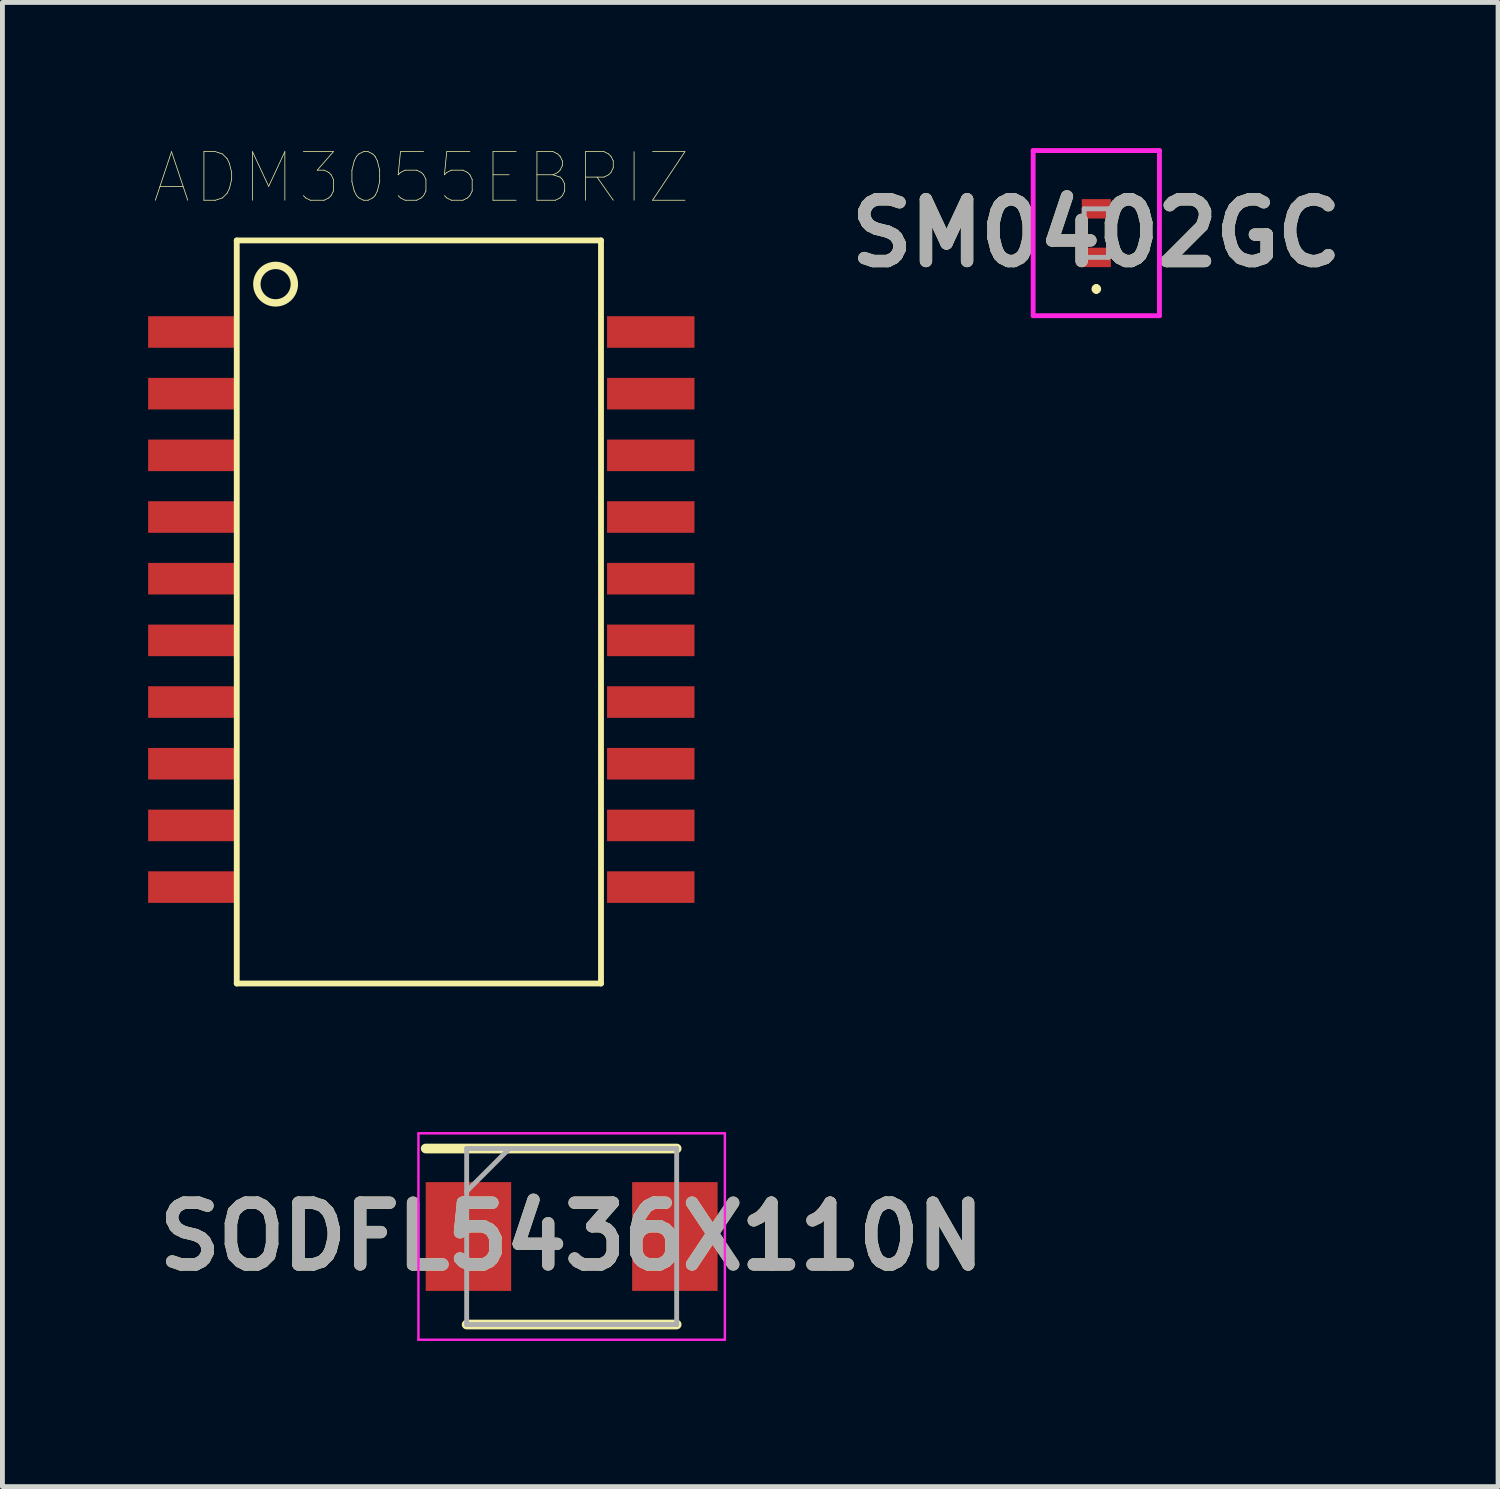
<source format=kicad_pcb>
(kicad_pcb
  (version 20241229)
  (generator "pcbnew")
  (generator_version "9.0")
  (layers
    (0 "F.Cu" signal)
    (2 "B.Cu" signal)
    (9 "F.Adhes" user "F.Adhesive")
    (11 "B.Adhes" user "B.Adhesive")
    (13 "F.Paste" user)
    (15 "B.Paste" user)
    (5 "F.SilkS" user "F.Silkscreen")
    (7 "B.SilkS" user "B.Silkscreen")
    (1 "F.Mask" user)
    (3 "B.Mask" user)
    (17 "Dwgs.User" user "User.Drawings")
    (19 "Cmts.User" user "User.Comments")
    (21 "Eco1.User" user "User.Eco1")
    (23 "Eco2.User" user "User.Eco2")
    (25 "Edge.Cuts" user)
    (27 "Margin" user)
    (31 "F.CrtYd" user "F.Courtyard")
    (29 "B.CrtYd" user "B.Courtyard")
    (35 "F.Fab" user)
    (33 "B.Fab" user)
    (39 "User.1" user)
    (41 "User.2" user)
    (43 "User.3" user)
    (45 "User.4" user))
  (footprint "ADM3055EBRIZ"
    (layer "F.Cu")
    (at 5.625 9.501)
    (property "Reference" "ADM3055EBRIZ" (at 0 -8.89 0) (layer "F.SilkS") (effects (font (size 1 1) (thickness 0.015))))
    (attr through_hole)
    (fp_line (start -3.8 -7.6) (end 3.7 -7.6) (stroke (width 0.12) (type solid)) (layer "F.SilkS"))
    (fp_line (start -3.8 7.7) (end -3.8 -7.6) (stroke (width 0.12) (type solid)) (layer "F.SilkS"))
    (fp_line (start -3.8 7.7) (end 3.7 7.7) (stroke (width 0.12) (type solid)) (layer "F.SilkS"))
    (fp_line (start 3.7 -7.6) (end 3.7 7.7) (stroke (width 0.12) (type solid)) (layer "F.SilkS"))
    (fp_circle (center -3 -6.7) (end -2.614 -6.7) (stroke (width 0.152) (type solid)) (fill no) (layer "F.SilkS"))
    (pad "1" smd rect (at -4.725 -5.715) (size 1.8 0.65) (layers "F.Cu" "F.Mask" "F.Paste"))
    (pad "2" smd rect (at -4.725 -4.445) (size 1.8 0.65) (layers "F.Cu" "F.Mask" "F.Paste"))
    (pad "3" smd rect (at -4.725 -3.175) (size 1.8 0.65) (layers "F.Cu" "F.Mask" "F.Paste"))
    (pad "4" smd rect (at -4.725 -1.905) (size 1.8 0.65) (layers "F.Cu" "F.Mask" "F.Paste"))
    (pad "5" smd rect (at -4.725 -0.635) (size 1.8 0.65) (layers "F.Cu" "F.Mask" "F.Paste"))
    (pad "6" smd rect (at -4.725 0.635) (size 1.8 0.65) (layers "F.Cu" "F.Mask" "F.Paste"))
    (pad "7" smd rect (at -4.725 1.905) (size 1.8 0.65) (layers "F.Cu" "F.Mask" "F.Paste"))
    (pad "8" smd rect (at -4.725 3.175) (size 1.8 0.65) (layers "F.Cu" "F.Mask" "F.Paste"))
    (pad "9" smd rect (at -4.725 4.445) (size 1.8 0.65) (layers "F.Cu" "F.Mask" "F.Paste"))
    (pad "10" smd rect (at -4.725 5.715) (size 1.8 0.65) (layers "F.Cu" "F.Mask" "F.Paste"))
    (pad "11" smd rect (at 4.725 5.715) (size 1.8 0.65) (layers "F.Cu" "F.Mask" "F.Paste"))
    (pad "12" smd rect (at 4.725 4.445) (size 1.8 0.65) (layers "F.Cu" "F.Mask" "F.Paste"))
    (pad "13" smd rect (at 4.725 3.175) (size 1.8 0.65) (layers "F.Cu" "F.Mask" "F.Paste"))
    (pad "14" smd rect (at 4.725 1.905) (size 1.8 0.65) (layers "F.Cu" "F.Mask" "F.Paste"))
    (pad "15" smd rect (at 4.725 0.635) (size 1.8 0.65) (layers "F.Cu" "F.Mask" "F.Paste"))
    (pad "16" smd rect (at 4.725 -0.635) (size 1.8 0.65) (layers "F.Cu" "F.Mask" "F.Paste"))
    (pad "17" smd rect (at 4.725 -1.905) (size 1.8 0.65) (layers "F.Cu" "F.Mask" "F.Paste"))
    (pad "18" smd rect (at 4.725 -3.175) (size 1.8 0.65) (layers "F.Cu" "F.Mask" "F.Paste"))
    (pad "19" smd rect (at 4.725 -4.445) (size 1.8 0.65) (layers "F.Cu" "F.Mask" "F.Paste"))
    (pad "20" smd rect (at 4.725 -5.715) (size 1.8 0.65) (layers "F.Cu" "F.Mask" "F.Paste")))
  (footprint "SODFL5436X110N"
    (layer "F.Cu")
    (at 8.721 22.411)
    (property "Reference" "SODFL5436X110N" (at 0 0 0) (layer "F.SilkS") (effects (font (size 1.27 1.27) (thickness 0.254))))
    (attr smd)
    (fp_line (start -3.005 -1.812) (end 2.162 -1.812) (stroke (width 0.2) (type solid)) (layer "F.SilkS"))
    (fp_line (start -2.162 1.812) (end 2.162 1.812) (stroke (width 0.2) (type solid)) (layer "F.SilkS"))
    (fp_line (start -3.155 -2.125) (end 3.155 -2.125) (stroke (width 0.05) (type solid)) (layer "F.CrtYd"))
    (fp_line (start -3.155 2.125) (end -3.155 -2.125) (stroke (width 0.05) (type solid)) (layer "F.CrtYd"))
    (fp_line (start 3.155 -2.125) (end 3.155 2.125) (stroke (width 0.05) (type solid)) (layer "F.CrtYd"))
    (fp_line (start 3.155 2.125) (end -3.155 2.125) (stroke (width 0.05) (type solid)) (layer "F.CrtYd"))
    (fp_line (start -2.162 -1.812) (end 2.162 -1.812) (stroke (width 0.1) (type solid)) (layer "F.Fab"))
    (fp_line (start -2.162 -0.932) (end -1.282 -1.812) (stroke (width 0.1) (type solid)) (layer "F.Fab"))
    (fp_line (start -2.162 1.812) (end -2.162 -1.812) (stroke (width 0.1) (type solid)) (layer "F.Fab"))
    (fp_line (start 2.162 -1.812) (end 2.162 1.812) (stroke (width 0.1) (type solid)) (layer "F.Fab"))
    (fp_line (start 2.162 1.812) (end -2.162 1.812) (stroke (width 0.1) (type solid)) (layer "F.Fab"))
    (fp_text user "${REFERENCE}" (at 0 0 0) (layer "F.Fab") (effects (font (size 1.27 1.27) (thickness 0.254))))
    (pad "1" smd rect (at -2.125 0) (size 1.76 2.24) (layers "F.Cu" "F.Mask" "F.Paste"))
    (pad "2" smd rect (at 2.125 0) (size 1.76 2.24) (layers "F.Cu" "F.Mask" "F.Paste")))
  (footprint "SM0402GC"
    (layer "F.Cu")
    (at 19.524 1.75)
    (property "Reference" "SM0402GC" (at 0 0 0) (layer "F.SilkS") (effects (font (size 1.27 1.27) (thickness 0.254))))
    (attr smd)
    (fp_line (start 0 1.1) (end 0 1.1) (stroke (width 0.1) (type solid)) (layer "F.SilkS"))
    (fp_line (start 0 1.2) (end 0 1.2) (stroke (width 0.1) (type solid)) (layer "F.SilkS"))
    (fp_arc (start 0 1.1) (mid 0.05 1.15) (end 0 1.2) (stroke (width 0.1) (type solid)) (layer "F.SilkS"))
    (fp_arc (start 0 1.2) (mid -0.05 1.15) (end 0 1.1) (stroke (width 0.1) (type solid)) (layer "F.SilkS"))
    (fp_line (start -1.3 -1.7) (end 1.3 -1.7) (stroke (width 0.1) (type solid)) (layer "F.CrtYd"))
    (fp_line (start -1.3 1.7) (end -1.3 -1.7) (stroke (width 0.1) (type solid)) (layer "F.CrtYd"))
    (fp_line (start 1.3 -1.7) (end 1.3 1.7) (stroke (width 0.1) (type solid)) (layer "F.CrtYd"))
    (fp_line (start 1.3 1.7) (end -1.3 1.7) (stroke (width 0.1) (type solid)) (layer "F.CrtYd"))
    (fp_line (start -0.25 -0.5) (end 0.25 -0.5) (stroke (width 0.1) (type solid)) (layer "F.Fab"))
    (fp_line (start -0.25 0.5) (end -0.25 -0.5) (stroke (width 0.1) (type solid)) (layer "F.Fab"))
    (fp_line (start 0.25 -0.5) (end 0.25 0.5) (stroke (width 0.1) (type solid)) (layer "F.Fab"))
    (fp_line (start 0.25 0.5) (end -0.25 0.5) (stroke (width 0.1) (type solid)) (layer "F.Fab"))
    (fp_text user "${REFERENCE}" (at 0 0 0) (layer "F.Fab") (effects (font (size 1.27 1.27) (thickness 0.254))))
    (pad "1" smd rect (at 0 0.5 90) (size 0.4 0.6) (layers "F.Cu" "F.Mask" "F.Paste"))
    (pad "2" smd rect (at 0 -0.5 90) (size 0.4 0.6) (layers "F.Cu" "F.Mask" "F.Paste")))
  (gr_rect
    (start -3 -3)
    (end 27.797 27.561)
    (stroke (width 0.1) (type default))
    (fill no)
    (layer "Edge.Cuts")))
</source>
